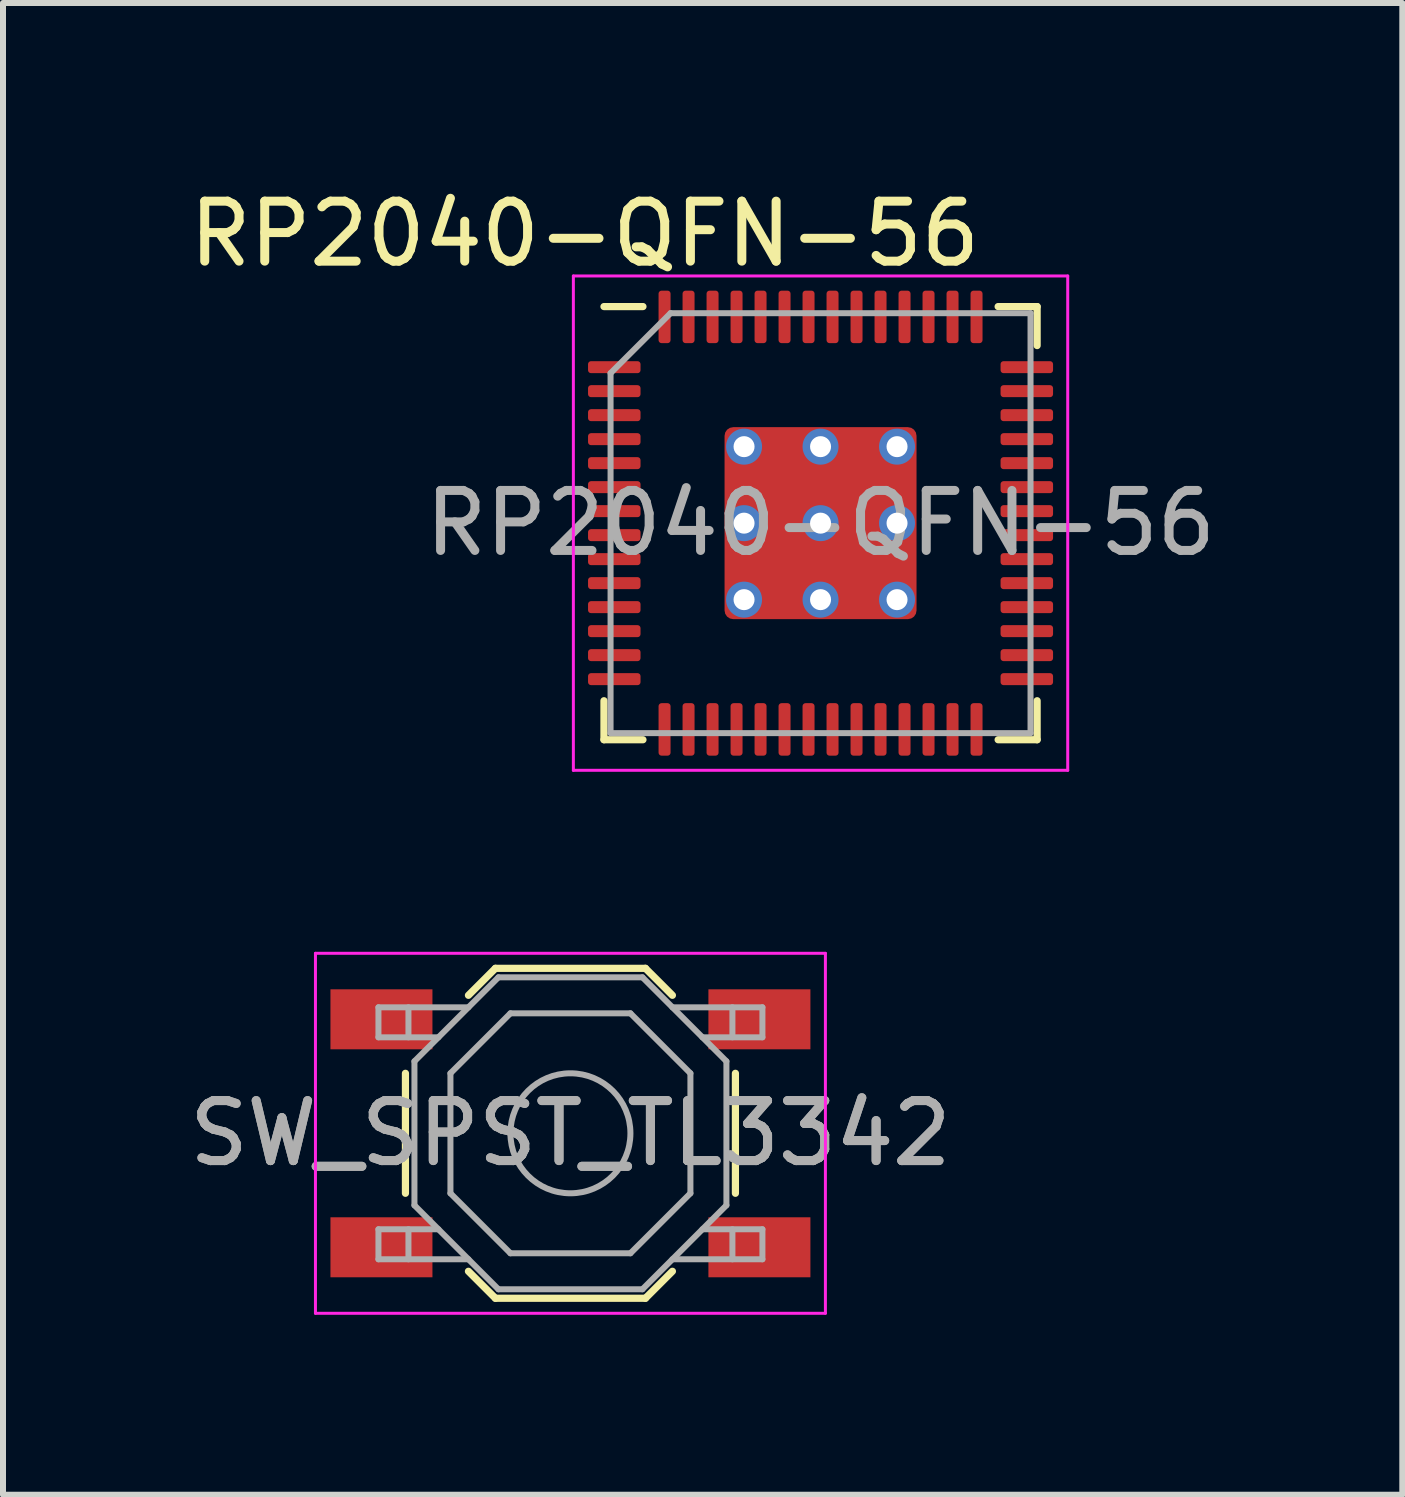
<source format=kicad_pcb>
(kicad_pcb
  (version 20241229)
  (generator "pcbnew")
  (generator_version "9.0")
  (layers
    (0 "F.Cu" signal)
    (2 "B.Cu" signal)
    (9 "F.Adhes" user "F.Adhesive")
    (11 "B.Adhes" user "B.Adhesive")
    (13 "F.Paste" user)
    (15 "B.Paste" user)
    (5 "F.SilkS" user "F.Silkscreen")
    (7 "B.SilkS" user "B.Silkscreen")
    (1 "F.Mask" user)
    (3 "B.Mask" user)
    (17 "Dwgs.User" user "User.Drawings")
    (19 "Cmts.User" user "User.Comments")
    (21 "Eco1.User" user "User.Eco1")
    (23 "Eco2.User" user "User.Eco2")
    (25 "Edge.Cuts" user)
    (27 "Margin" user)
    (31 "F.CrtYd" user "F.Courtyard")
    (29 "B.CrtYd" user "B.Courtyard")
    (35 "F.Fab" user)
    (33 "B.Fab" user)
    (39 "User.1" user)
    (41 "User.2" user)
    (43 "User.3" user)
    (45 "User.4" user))
  (footprint "SW_SPST_TL3342"
    (layer "F.Cu")
    (at 6.458 15.84)
    (property "Reference" "SW_SPST_TL3342" (at 0 0 180) (layer "F.Fab") (effects (font (size 1 1) (thickness 0.15))))
    (attr smd exclude_from_bom)
    (fp_line (start -2.75 -1) (end -2.75 1) (stroke (width 0.12) (type solid)) (layer "F.SilkS"))
    (fp_line (start -1.7 -2.3) (end -1.25 -2.75) (stroke (width 0.12) (type solid)) (layer "F.SilkS"))
    (fp_line (start -1.7 2.3) (end -1.25 2.75) (stroke (width 0.12) (type solid)) (layer "F.SilkS"))
    (fp_line (start -1.25 -2.75) (end 1.25 -2.75) (stroke (width 0.12) (type solid)) (layer "F.SilkS"))
    (fp_line (start -1.25 2.75) (end 1.25 2.75) (stroke (width 0.12) (type solid)) (layer "F.SilkS"))
    (fp_line (start 1.7 -2.3) (end 1.25 -2.75) (stroke (width 0.12) (type solid)) (layer "F.SilkS"))
    (fp_line (start 1.7 2.3) (end 1.25 2.75) (stroke (width 0.12) (type solid)) (layer "F.SilkS"))
    (fp_line (start 2.75 -1) (end 2.75 1) (stroke (width 0.12) (type solid)) (layer "F.SilkS"))
    (fp_line (start -4.25 -3) (end 4.25 -3) (stroke (width 0.05) (type solid)) (layer "F.CrtYd"))
    (fp_line (start -4.25 3) (end -4.25 -3) (stroke (width 0.05) (type solid)) (layer "F.CrtYd"))
    (fp_line (start 4.25 -3) (end 4.25 3) (stroke (width 0.05) (type solid)) (layer "F.CrtYd"))
    (fp_line (start 4.25 3) (end -4.25 3) (stroke (width 0.05) (type solid)) (layer "F.CrtYd"))
    (fp_line (start -3.2 -2.1) (end -3.2 -1.6) (stroke (width 0.1) (type solid)) (layer "F.Fab"))
    (fp_line (start -3.2 -1.6) (end -2.2 -1.6) (stroke (width 0.1) (type solid)) (layer "F.Fab"))
    (fp_line (start -3.2 1.6) (end -2.2 1.6) (stroke (width 0.1) (type solid)) (layer "F.Fab"))
    (fp_line (start -3.2 2.1) (end -3.2 1.6) (stroke (width 0.1) (type solid)) (layer "F.Fab"))
    (fp_line (start -2.7 -2.1) (end -2.7 -1.6) (stroke (width 0.1) (type solid)) (layer "F.Fab"))
    (fp_line (start -2.7 2.1) (end -2.7 1.6) (stroke (width 0.1) (type solid)) (layer "F.Fab"))
    (fp_line (start -2.6 -1.2) (end -2.6 1.2) (stroke (width 0.1) (type solid)) (layer "F.Fab"))
    (fp_line (start -2.6 1.2) (end -1.2 2.6) (stroke (width 0.1) (type solid)) (layer "F.Fab"))
    (fp_line (start -2 -1) (end -1 -2) (stroke (width 0.1) (type solid)) (layer "F.Fab"))
    (fp_line (start -2 1) (end -2 -1) (stroke (width 0.1) (type solid)) (layer "F.Fab"))
    (fp_line (start -1.7 -2.1) (end -3.2 -2.1) (stroke (width 0.1) (type solid)) (layer "F.Fab"))
    (fp_line (start -1.7 2.1) (end -3.2 2.1) (stroke (width 0.1) (type solid)) (layer "F.Fab"))
    (fp_line (start -1.2 -2.6) (end -2.6 -1.2) (stroke (width 0.1) (type solid)) (layer "F.Fab"))
    (fp_line (start -1.2 2.6) (end 1.2 2.6) (stroke (width 0.1) (type solid)) (layer "F.Fab"))
    (fp_line (start -1 -2) (end 1 -2) (stroke (width 0.1) (type solid)) (layer "F.Fab"))
    (fp_line (start -1 2) (end -2 1) (stroke (width 0.1) (type solid)) (layer "F.Fab"))
    (fp_line (start 1 -2) (end 2 -1) (stroke (width 0.1) (type solid)) (layer "F.Fab"))
    (fp_line (start 1 2) (end -1 2) (stroke (width 0.1) (type solid)) (layer "F.Fab"))
    (fp_line (start 1.2 -2.6) (end -1.2 -2.6) (stroke (width 0.1) (type solid)) (layer "F.Fab"))
    (fp_line (start 1.2 2.6) (end 2.6 1.2) (stroke (width 0.1) (type solid)) (layer "F.Fab"))
    (fp_line (start 1.7 -2.1) (end 3.2 -2.1) (stroke (width 0.1) (type solid)) (layer "F.Fab"))
    (fp_line (start 1.7 2.1) (end 3.2 2.1) (stroke (width 0.1) (type solid)) (layer "F.Fab"))
    (fp_line (start 2 -1) (end 2 1) (stroke (width 0.1) (type solid)) (layer "F.Fab"))
    (fp_line (start 2 1) (end 1 2) (stroke (width 0.1) (type solid)) (layer "F.Fab"))
    (fp_line (start 2.6 -1.2) (end 1.2 -2.6) (stroke (width 0.1) (type solid)) (layer "F.Fab"))
    (fp_line (start 2.6 1.2) (end 2.6 -1.2) (stroke (width 0.1) (type solid)) (layer "F.Fab"))
    (fp_line (start 2.7 -2.1) (end 2.7 -1.6) (stroke (width 0.1) (type solid)) (layer "F.Fab"))
    (fp_line (start 2.7 2.1) (end 2.7 1.6) (stroke (width 0.1) (type solid)) (layer "F.Fab"))
    (fp_line (start 3.2 -2.1) (end 3.2 -1.6) (stroke (width 0.1) (type solid)) (layer "F.Fab"))
    (fp_line (start 3.2 -1.6) (end 2.2 -1.6) (stroke (width 0.1) (type solid)) (layer "F.Fab"))
    (fp_line (start 3.2 1.6) (end 2.2 1.6) (stroke (width 0.1) (type solid)) (layer "F.Fab"))
    (fp_line (start 3.2 2.1) (end 3.2 1.6) (stroke (width 0.1) (type solid)) (layer "F.Fab"))
    (fp_circle (center 0 0) (end 1 0) (stroke (width 0.1) (type solid)) (fill no) (layer "F.Fab"))
    (fp_text user "${REFERENCE}" (at 0 0 180) (layer "F.Fab") (effects (font (size 1 1) (thickness 0.15))))
    (pad "1" smd rect (at -3.15 -1.9) (size 1.7 1) (layers "F.Cu" "F.Mask" "F.Paste"))
    (pad "1" smd rect (at 3.15 -1.9) (size 1.7 1) (layers "F.Cu" "F.Mask" "F.Paste"))
    (pad "2" smd rect (at -3.15 1.9) (size 1.7 1) (layers "F.Cu" "F.Mask" "F.Paste"))
    (pad "2" smd rect (at 3.15 1.9) (size 1.7 1) (layers "F.Cu" "F.Mask" "F.Paste")))
  (footprint "RP2040-QFN-56"
    (layer "F.Cu")
    (at 10.627 5.67)
    (property "Reference" "RP2040-QFN-56" (at -3.931 -4.822 0) (layer "F.SilkS") (effects (font (size 1 1) (thickness 0.15))))
    (attr smd)
    (fp_line (start -3.61 3.61) (end -3.61 2.96) (stroke (width 0.12) (type solid)) (layer "F.SilkS"))
    (fp_line (start -2.96 -3.61) (end -3.61 -3.61) (stroke (width 0.12) (type solid)) (layer "F.SilkS"))
    (fp_line (start -2.96 3.61) (end -3.61 3.61) (stroke (width 0.12) (type solid)) (layer "F.SilkS"))
    (fp_line (start 2.96 -3.61) (end 3.61 -3.61) (stroke (width 0.12) (type solid)) (layer "F.SilkS"))
    (fp_line (start 2.96 3.61) (end 3.61 3.61) (stroke (width 0.12) (type solid)) (layer "F.SilkS"))
    (fp_line (start 3.61 -3.61) (end 3.61 -2.96) (stroke (width 0.12) (type solid)) (layer "F.SilkS"))
    (fp_line (start 3.61 3.61) (end 3.61 2.96) (stroke (width 0.12) (type solid)) (layer "F.SilkS"))
    (fp_line (start -4.12 -4.12) (end -4.12 4.12) (stroke (width 0.05) (type solid)) (layer "F.CrtYd"))
    (fp_line (start -4.12 4.12) (end 4.12 4.12) (stroke (width 0.05) (type solid)) (layer "F.CrtYd"))
    (fp_line (start 4.12 -4.12) (end -4.12 -4.12) (stroke (width 0.05) (type solid)) (layer "F.CrtYd"))
    (fp_line (start 4.12 4.12) (end 4.12 -4.12) (stroke (width 0.05) (type solid)) (layer "F.CrtYd"))
    (fp_line (start -3.5 -2.5) (end -2.5 -3.5) (stroke (width 0.1) (type solid)) (layer "F.Fab"))
    (fp_line (start -3.5 3.5) (end -3.5 -2.5) (stroke (width 0.1) (type solid)) (layer "F.Fab"))
    (fp_line (start -2.5 -3.5) (end 3.5 -3.5) (stroke (width 0.1) (type solid)) (layer "F.Fab"))
    (fp_line (start 3.5 -3.5) (end 3.5 3.5) (stroke (width 0.1) (type solid)) (layer "F.Fab"))
    (fp_line (start 3.5 3.5) (end -3.5 3.5) (stroke (width 0.1) (type solid)) (layer "F.Fab"))
    (fp_text user "${REFERENCE}" (at 0 0 0) (layer "F.Fab") (effects (font (size 1 1) (thickness 0.15))))
    (pad "" smd roundrect (at -0.637 -0.637) (size 1.084 1.084) (layers "F.Paste") (roundrect_rratio 0.231))
    (pad "" smd roundrect (at -0.637 0.637) (size 1.084 1.084) (layers "F.Paste") (roundrect_rratio 0.231))
    (pad "" smd roundrect (at 0.637 -0.637) (size 1.084 1.084) (layers "F.Paste") (roundrect_rratio 0.231))
    (pad "" smd roundrect (at 0.637 0.637) (size 1.084 1.084) (layers "F.Paste") (roundrect_rratio 0.231))
    (pad "1" smd roundrect (at -3.438 -2.6) (size 0.875 0.2) (layers "F.Cu" "F.Mask" "F.Paste") (roundrect_rratio 0.25))
    (pad "2" smd roundrect (at -3.438 -2.2) (size 0.875 0.2) (layers "F.Cu" "F.Mask" "F.Paste") (roundrect_rratio 0.25))
    (pad "3" smd roundrect (at -3.438 -1.8) (size 0.875 0.2) (layers "F.Cu" "F.Mask" "F.Paste") (roundrect_rratio 0.25))
    (pad "4" smd roundrect (at -3.438 -1.4) (size 0.875 0.2) (layers "F.Cu" "F.Mask" "F.Paste") (roundrect_rratio 0.25))
    (pad "5" smd roundrect (at -3.438 -1) (size 0.875 0.2) (layers "F.Cu" "F.Mask" "F.Paste") (roundrect_rratio 0.25))
    (pad "6" smd roundrect (at -3.438 -0.6) (size 0.875 0.2) (layers "F.Cu" "F.Mask" "F.Paste") (roundrect_rratio 0.25))
    (pad "7" smd roundrect (at -3.438 -0.2) (size 0.875 0.2) (layers "F.Cu" "F.Mask" "F.Paste") (roundrect_rratio 0.25))
    (pad "8" smd roundrect (at -3.438 0.2) (size 0.875 0.2) (layers "F.Cu" "F.Mask" "F.Paste") (roundrect_rratio 0.25))
    (pad "9" smd roundrect (at -3.438 0.6) (size 0.875 0.2) (layers "F.Cu" "F.Mask" "F.Paste") (roundrect_rratio 0.25))
    (pad "10" smd roundrect (at -3.438 1) (size 0.875 0.2) (layers "F.Cu" "F.Mask" "F.Paste") (roundrect_rratio 0.25))
    (pad "11" smd roundrect (at -3.438 1.4) (size 0.875 0.2) (layers "F.Cu" "F.Mask" "F.Paste") (roundrect_rratio 0.25))
    (pad "12" smd roundrect (at -3.438 1.8) (size 0.875 0.2) (layers "F.Cu" "F.Mask" "F.Paste") (roundrect_rratio 0.25))
    (pad "13" smd roundrect (at -3.438 2.2) (size 0.875 0.2) (layers "F.Cu" "F.Mask" "F.Paste") (roundrect_rratio 0.25))
    (pad "14" smd roundrect (at -3.438 2.6) (size 0.875 0.2) (layers "F.Cu" "F.Mask" "F.Paste") (roundrect_rratio 0.25))
    (pad "15" smd roundrect (at -2.6 3.438) (size 0.2 0.875) (layers "F.Cu" "F.Mask" "F.Paste") (roundrect_rratio 0.25))
    (pad "16" smd roundrect (at -2.2 3.438) (size 0.2 0.875) (layers "F.Cu" "F.Mask" "F.Paste") (roundrect_rratio 0.25))
    (pad "17" smd roundrect (at -1.8 3.438) (size 0.2 0.875) (layers "F.Cu" "F.Mask" "F.Paste") (roundrect_rratio 0.25))
    (pad "18" smd roundrect (at -1.4 3.438) (size 0.2 0.875) (layers "F.Cu" "F.Mask" "F.Paste") (roundrect_rratio 0.25))
    (pad "19" smd roundrect (at -1 3.438) (size 0.2 0.875) (layers "F.Cu" "F.Mask" "F.Paste") (roundrect_rratio 0.25))
    (pad "20" smd roundrect (at -0.6 3.438) (size 0.2 0.875) (layers "F.Cu" "F.Mask" "F.Paste") (roundrect_rratio 0.25))
    (pad "21" smd roundrect (at -0.2 3.438) (size 0.2 0.875) (layers "F.Cu" "F.Mask" "F.Paste") (roundrect_rratio 0.25))
    (pad "22" smd roundrect (at 0.2 3.438) (size 0.2 0.875) (layers "F.Cu" "F.Mask" "F.Paste") (roundrect_rratio 0.25))
    (pad "23" smd roundrect (at 0.6 3.438) (size 0.2 0.875) (layers "F.Cu" "F.Mask" "F.Paste") (roundrect_rratio 0.25))
    (pad "24" smd roundrect (at 1 3.438) (size 0.2 0.875) (layers "F.Cu" "F.Mask" "F.Paste") (roundrect_rratio 0.25))
    (pad "25" smd roundrect (at 1.4 3.438) (size 0.2 0.875) (layers "F.Cu" "F.Mask" "F.Paste") (roundrect_rratio 0.25))
    (pad "26" smd roundrect (at 1.8 3.438) (size 0.2 0.875) (layers "F.Cu" "F.Mask" "F.Paste") (roundrect_rratio 0.25))
    (pad "27" smd roundrect (at 2.2 3.438) (size 0.2 0.875) (layers "F.Cu" "F.Mask" "F.Paste") (roundrect_rratio 0.25))
    (pad "28" smd roundrect (at 2.6 3.438) (size 0.2 0.875) (layers "F.Cu" "F.Mask" "F.Paste") (roundrect_rratio 0.25))
    (pad "29" smd roundrect (at 3.438 2.6) (size 0.875 0.2) (layers "F.Cu" "F.Mask" "F.Paste") (roundrect_rratio 0.25))
    (pad "30" smd roundrect (at 3.438 2.2) (size 0.875 0.2) (layers "F.Cu" "F.Mask" "F.Paste") (roundrect_rratio 0.25))
    (pad "31" smd roundrect (at 3.438 1.8) (size 0.875 0.2) (layers "F.Cu" "F.Mask" "F.Paste") (roundrect_rratio 0.25))
    (pad "32" smd roundrect (at 3.438 1.4) (size 0.875 0.2) (layers "F.Cu" "F.Mask" "F.Paste") (roundrect_rratio 0.25))
    (pad "33" smd roundrect (at 3.438 1) (size 0.875 0.2) (layers "F.Cu" "F.Mask" "F.Paste") (roundrect_rratio 0.25))
    (pad "34" smd roundrect (at 3.438 0.6) (size 0.875 0.2) (layers "F.Cu" "F.Mask" "F.Paste") (roundrect_rratio 0.25))
    (pad "35" smd roundrect (at 3.438 0.2) (size 0.875 0.2) (layers "F.Cu" "F.Mask" "F.Paste") (roundrect_rratio 0.25))
    (pad "36" smd roundrect (at 3.438 -0.2) (size 0.875 0.2) (layers "F.Cu" "F.Mask" "F.Paste") (roundrect_rratio 0.25))
    (pad "37" smd roundrect (at 3.438 -0.6) (size 0.875 0.2) (layers "F.Cu" "F.Mask" "F.Paste") (roundrect_rratio 0.25))
    (pad "38" smd roundrect (at 3.438 -1) (size 0.875 0.2) (layers "F.Cu" "F.Mask" "F.Paste") (roundrect_rratio 0.25))
    (pad "39" smd roundrect (at 3.438 -1.4) (size 0.875 0.2) (layers "F.Cu" "F.Mask" "F.Paste") (roundrect_rratio 0.25))
    (pad "40" smd roundrect (at 3.438 -1.8) (size 0.875 0.2) (layers "F.Cu" "F.Mask" "F.Paste") (roundrect_rratio 0.25))
    (pad "41" smd roundrect (at 3.438 -2.2) (size 0.875 0.2) (layers "F.Cu" "F.Mask" "F.Paste") (roundrect_rratio 0.25))
    (pad "42" smd roundrect (at 3.438 -2.6) (size 0.875 0.2) (layers "F.Cu" "F.Mask" "F.Paste") (roundrect_rratio 0.25))
    (pad "43" smd roundrect (at 2.6 -3.438) (size 0.2 0.875) (layers "F.Cu" "F.Mask" "F.Paste") (roundrect_rratio 0.25))
    (pad "44" smd roundrect (at 2.2 -3.438) (size 0.2 0.875) (layers "F.Cu" "F.Mask" "F.Paste") (roundrect_rratio 0.25))
    (pad "45" smd roundrect (at 1.8 -3.438) (size 0.2 0.875) (layers "F.Cu" "F.Mask" "F.Paste") (roundrect_rratio 0.25))
    (pad "46" smd roundrect (at 1.4 -3.438) (size 0.2 0.875) (layers "F.Cu" "F.Mask" "F.Paste") (roundrect_rratio 0.25))
    (pad "47" smd roundrect (at 1 -3.438) (size 0.2 0.875) (layers "F.Cu" "F.Mask" "F.Paste") (roundrect_rratio 0.25))
    (pad "48" smd roundrect (at 0.6 -3.438) (size 0.2 0.875) (layers "F.Cu" "F.Mask" "F.Paste") (roundrect_rratio 0.25))
    (pad "49" smd roundrect (at 0.2 -3.438) (size 0.2 0.875) (layers "F.Cu" "F.Mask" "F.Paste") (roundrect_rratio 0.25))
    (pad "50" smd roundrect (at -0.2 -3.438) (size 0.2 0.875) (layers "F.Cu" "F.Mask" "F.Paste") (roundrect_rratio 0.25))
    (pad "51" smd roundrect (at -0.6 -3.438) (size 0.2 0.875) (layers "F.Cu" "F.Mask" "F.Paste") (roundrect_rratio 0.25))
    (pad "52" smd roundrect (at -1 -3.438) (size 0.2 0.875) (layers "F.Cu" "F.Mask" "F.Paste") (roundrect_rratio 0.25))
    (pad "53" smd roundrect (at -1.4 -3.438) (size 0.2 0.875) (layers "F.Cu" "F.Mask" "F.Paste") (roundrect_rratio 0.25))
    (pad "54" smd roundrect (at -1.8 -3.438) (size 0.2 0.875) (layers "F.Cu" "F.Mask" "F.Paste") (roundrect_rratio 0.25))
    (pad "55" smd roundrect (at -2.2 -3.438) (size 0.2 0.875) (layers "F.Cu" "F.Mask" "F.Paste") (roundrect_rratio 0.25))
    (pad "56" smd roundrect (at -2.6 -3.438) (size 0.2 0.875) (layers "F.Cu" "F.Mask" "F.Paste") (roundrect_rratio 0.25))
    (pad "57" thru_hole circle (at -1.275 -1.275) (size 0.6 0.6) (drill 0.35) (layers "*.Cu"))
    (pad "57" thru_hole circle (at -1.275 0) (size 0.6 0.6) (drill 0.35) (layers "*.Cu"))
    (pad "57" thru_hole circle (at -1.275 1.275) (size 0.6 0.6) (drill 0.35) (layers "*.Cu"))
    (pad "57" thru_hole circle (at 0 -1.275) (size 0.6 0.6) (drill 0.35) (layers "*.Cu"))
    (pad "57" thru_hole circle (at 0 0) (size 0.6 0.6) (drill 0.35) (layers "*.Cu"))
    (pad "57" smd roundrect (at 0 0) (size 3.2 3.2) (layers "F.Cu" "F.Mask") (roundrect_rratio 0.045))
    (pad "57" thru_hole circle (at 0 1.275) (size 0.6 0.6) (drill 0.35) (layers "*.Cu"))
    (pad "57" thru_hole circle (at 1.275 -1.275) (size 0.6 0.6) (drill 0.35) (layers "*.Cu"))
    (pad "57" thru_hole circle (at 1.275 0) (size 0.6 0.6) (drill 0.35) (layers "*.Cu"))
    (pad "57" thru_hole circle (at 1.275 1.275) (size 0.6 0.6) (drill 0.35) (layers "*.Cu")))
  (gr_rect
    (start -3 -3)
    (end 20.324 21.865)
    (stroke (width 0.1) (type default))
    (fill no)
    (layer "Edge.Cuts")))
</source>
